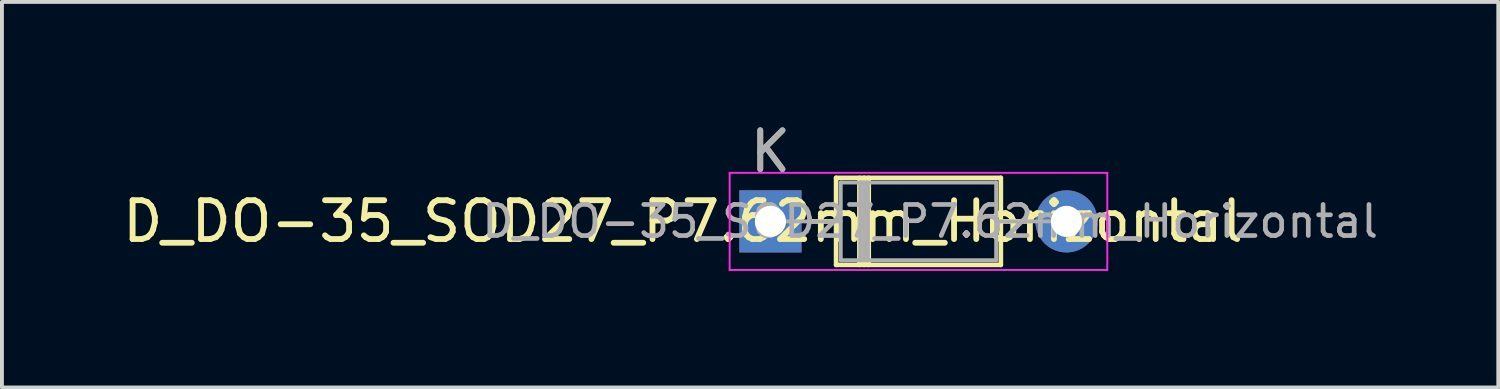
<source format=kicad_pcb>
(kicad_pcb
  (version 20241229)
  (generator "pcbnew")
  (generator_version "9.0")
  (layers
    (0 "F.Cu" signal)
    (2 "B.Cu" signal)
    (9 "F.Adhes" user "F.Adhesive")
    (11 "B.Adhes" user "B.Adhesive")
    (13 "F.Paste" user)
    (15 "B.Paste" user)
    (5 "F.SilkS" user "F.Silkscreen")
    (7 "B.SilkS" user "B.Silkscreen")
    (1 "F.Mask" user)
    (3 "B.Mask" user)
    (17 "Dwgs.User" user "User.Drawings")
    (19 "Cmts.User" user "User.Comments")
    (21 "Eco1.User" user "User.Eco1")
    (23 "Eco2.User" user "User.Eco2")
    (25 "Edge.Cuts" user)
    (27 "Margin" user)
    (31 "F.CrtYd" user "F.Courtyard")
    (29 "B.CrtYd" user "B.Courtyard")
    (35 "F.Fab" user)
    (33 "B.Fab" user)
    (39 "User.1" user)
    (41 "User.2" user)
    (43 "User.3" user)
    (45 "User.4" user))
  (footprint "D_DO-35_SOD27_P7.62mm_Horizontal"
    (layer "F.Cu")
    (at 16.78 2.648)
    (property "Reference" "D_DO-35_SOD27_P7.62mm_Horizontal" (at -2.25 0 180) (layer "F.SilkS") (effects (font (size 1 1) (thickness 0.15))))
    (attr through_hole)
    (fp_line (start 1.04 0) (end 1.69 0) (stroke (width 0.12) (type solid)) (layer "F.SilkS"))
    (fp_line (start 1.69 -1.12) (end 1.69 1.12) (stroke (width 0.12) (type solid)) (layer "F.SilkS"))
    (fp_line (start 1.69 1.12) (end 5.93 1.12) (stroke (width 0.12) (type solid)) (layer "F.SilkS"))
    (fp_line (start 2.29 -1.12) (end 2.29 1.12) (stroke (width 0.12) (type solid)) (layer "F.SilkS"))
    (fp_line (start 2.41 -1.12) (end 2.41 1.12) (stroke (width 0.12) (type solid)) (layer "F.SilkS"))
    (fp_line (start 2.53 -1.12) (end 2.53 1.12) (stroke (width 0.12) (type solid)) (layer "F.SilkS"))
    (fp_line (start 5.93 -1.12) (end 1.69 -1.12) (stroke (width 0.12) (type solid)) (layer "F.SilkS"))
    (fp_line (start 5.93 1.12) (end 5.93 -1.12) (stroke (width 0.12) (type solid)) (layer "F.SilkS"))
    (fp_line (start 6.58 0) (end 5.93 0) (stroke (width 0.12) (type solid)) (layer "F.SilkS"))
    (fp_line (start -1.05 -1.25) (end -1.05 1.25) (stroke (width 0.05) (type solid)) (layer "F.CrtYd"))
    (fp_line (start -1.05 1.25) (end 8.67 1.25) (stroke (width 0.05) (type solid)) (layer "F.CrtYd"))
    (fp_line (start 8.67 -1.25) (end -1.05 -1.25) (stroke (width 0.05) (type solid)) (layer "F.CrtYd"))
    (fp_line (start 8.67 1.25) (end 8.67 -1.25) (stroke (width 0.05) (type solid)) (layer "F.CrtYd"))
    (fp_line (start 0 0) (end 1.81 0) (stroke (width 0.1) (type solid)) (layer "F.Fab"))
    (fp_line (start 1.81 -1) (end 1.81 1) (stroke (width 0.1) (type solid)) (layer "F.Fab"))
    (fp_line (start 1.81 1) (end 5.81 1) (stroke (width 0.1) (type solid)) (layer "F.Fab"))
    (fp_line (start 2.31 -1) (end 2.31 1) (stroke (width 0.1) (type solid)) (layer "F.Fab"))
    (fp_line (start 2.41 -1) (end 2.41 1) (stroke (width 0.1) (type solid)) (layer "F.Fab"))
    (fp_line (start 2.51 -1) (end 2.51 1) (stroke (width 0.1) (type solid)) (layer "F.Fab"))
    (fp_line (start 5.81 -1) (end 1.81 -1) (stroke (width 0.1) (type solid)) (layer "F.Fab"))
    (fp_line (start 5.81 1) (end 5.81 -1) (stroke (width 0.1) (type solid)) (layer "F.Fab"))
    (fp_line (start 7.62 0) (end 5.81 0) (stroke (width 0.1) (type solid)) (layer "F.Fab"))
    (fp_text user "K" (at 0 -1.8 180) (layer "F.Fab") (effects (font (size 1 1) (thickness 0.15))))
    (fp_text user "${REFERENCE}" (at 4.11 0 180) (layer "F.Fab") (effects (font (size 0.8 0.8) (thickness 0.12))))
    (fp_text user "K" (at 0 -1.8 180) (layer "F.Fab") (effects (font (size 1 1) (thickness 0.15))))
    (pad "1" thru_hole rect (at 0 0) (size 1.6 1.6) (drill 0.8) (layers "*.Cu" "*.Mask"))
    (pad "2" thru_hole oval (at 7.62 0) (size 1.6 1.6) (drill 0.8) (layers "*.Cu" "*.Mask")))
  (gr_rect
    (start -3 -3)
    (end 35.514 6.923)
    (stroke (width 0.1) (type default))
    (fill no)
    (layer "Edge.Cuts")))
</source>
